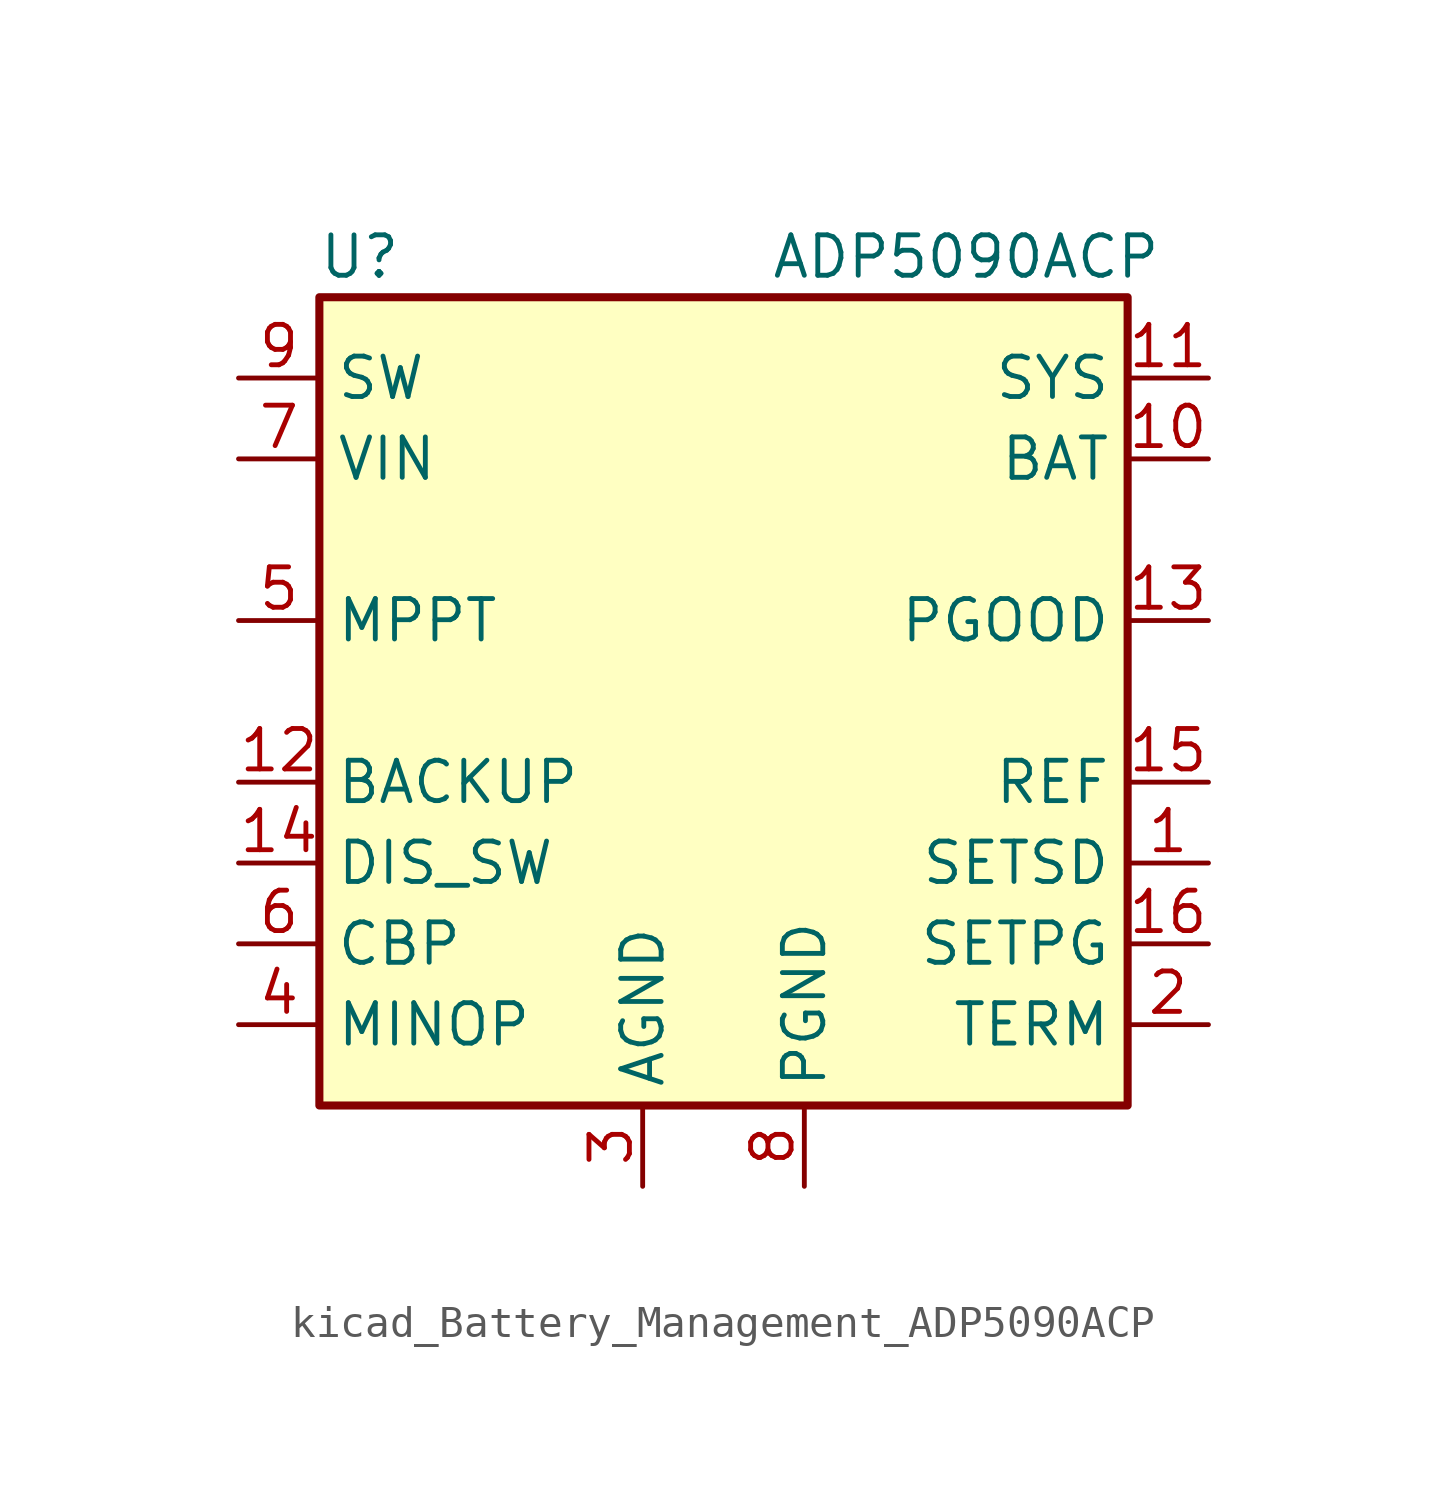
<source format=kicad_sym>
(kicad_symbol_lib
  (version 20220914)
  (generator kicad_symbol_editor)
  (symbol "kicad_Battery_Management_ADP5090ACP"
    (property "Reference" "U"
      (at -11.43 13.97 0)
      (effects (font (size 1.27 1.27))))
    (property "Value" "ADP5090ACP"
      (at 7.62 13.97 0)
      (effects (font (size 1.27 1.27))))
    (symbol "kicad_Battery_Management_ADP5090ACP_0_1"
      (rectangle (start -12.7 12.7) (end 12.7 -12.7) (stroke (width 0.254) (type default)) (fill (type background))))
    (symbol "kicad_Battery_Management_ADP5090ACP_1_1"
      (pin input line (at 15.24 -5.08 180) (length 2.54) (name "SETSD" (effects (font (size 1.27 1.27)))) (number "1" (effects (font (size 1.27 1.27)))))
      (pin power_out line (at 15.24 7.62 180) (length 2.54) (name "BAT" (effects (font (size 1.27 1.27)))) (number "10" (effects (font (size 1.27 1.27)))))
      (pin power_out line (at 15.24 10.16 180) (length 2.54) (name "SYS" (effects (font (size 1.27 1.27)))) (number "11" (effects (font (size 1.27 1.27)))))
      (pin passive line (at -15.24 -2.54 0) (length 2.54) (name "BACKUP" (effects (font (size 1.27 1.27)))) (number "12" (effects (font (size 1.27 1.27)))))
      (pin output line (at 15.24 2.54 180) (length 2.54) (name "PGOOD" (effects (font (size 1.27 1.27)))) (number "13" (effects (font (size 1.27 1.27)))))
      (pin input line (at -15.24 -5.08 0) (length 2.54) (name "DIS_SW" (effects (font (size 1.27 1.27)))) (number "14" (effects (font (size 1.27 1.27)))))
      (pin output line (at 15.24 -2.54 180) (length 2.54) (name "REF" (effects (font (size 1.27 1.27)))) (number "15" (effects (font (size 1.27 1.27)))))
      (pin input line (at 15.24 -7.62 180) (length 2.54) (name "SETPG" (effects (font (size 1.27 1.27)))) (number "16" (effects (font (size 1.27 1.27)))))
      (pin passive line (at -2.54 -15.24 90) (length 2.54) hide (name "AGND" (effects (font (size 1.27 1.27)))) (number "17" (effects (font (size 1.27 1.27)))))
      (pin input line (at 15.24 -10.16 180) (length 2.54) (name "TERM" (effects (font (size 1.27 1.27)))) (number "2" (effects (font (size 1.27 1.27)))))
      (pin power_in line (at -2.54 -15.24 90) (length 2.54) (name "AGND" (effects (font (size 1.27 1.27)))) (number "3" (effects (font (size 1.27 1.27)))))
      (pin passive line (at -15.24 -10.16 0) (length 2.54) (name "MINOP" (effects (font (size 1.27 1.27)))) (number "4" (effects (font (size 1.27 1.27)))))
      (pin input line (at -15.24 2.54 0) (length 2.54) (name "MPPT" (effects (font (size 1.27 1.27)))) (number "5" (effects (font (size 1.27 1.27)))))
      (pin passive line (at -15.24 -7.62 0) (length 2.54) (name "CBP" (effects (font (size 1.27 1.27)))) (number "6" (effects (font (size 1.27 1.27)))))
      (pin power_in line (at -15.24 7.62 0) (length 2.54) (name "VIN" (effects (font (size 1.27 1.27)))) (number "7" (effects (font (size 1.27 1.27)))))
      (pin power_in line (at 2.54 -15.24 90) (length 2.54) (name "PGND" (effects (font (size 1.27 1.27)))) (number "8" (effects (font (size 1.27 1.27)))))
      (pin input line (at -15.24 10.16 0) (length 2.54) (name "SW" (effects (font (size 1.27 1.27)))) (number "9" (effects (font (size 1.27 1.27))))))))
</source>
